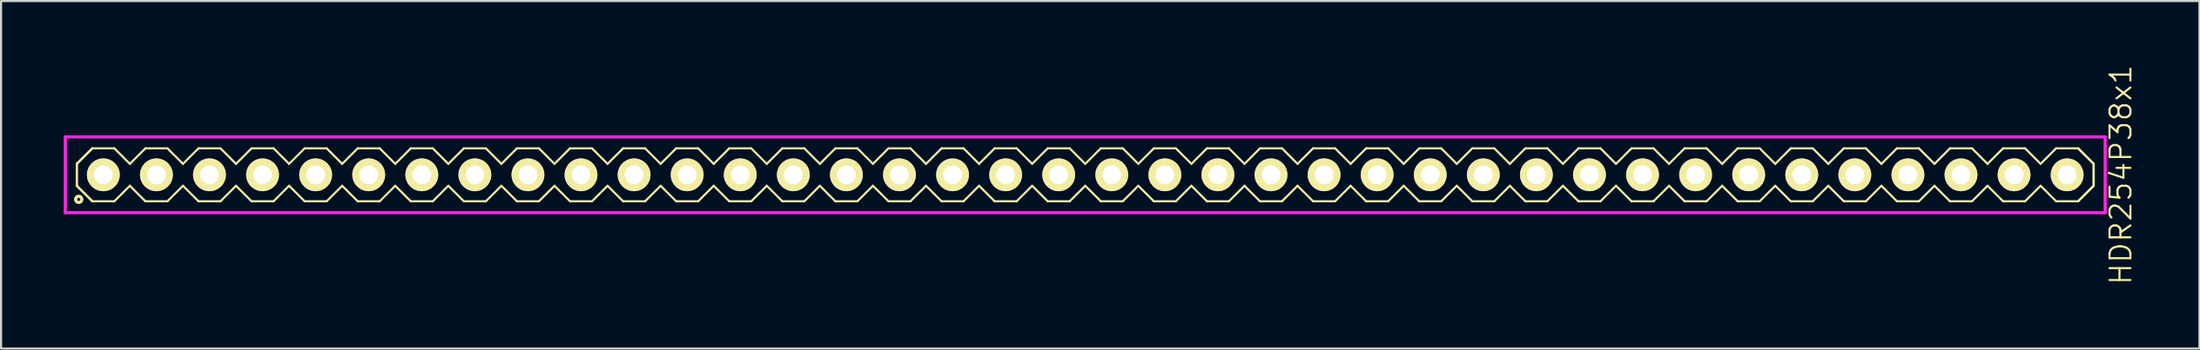
<source format=kicad_pcb>
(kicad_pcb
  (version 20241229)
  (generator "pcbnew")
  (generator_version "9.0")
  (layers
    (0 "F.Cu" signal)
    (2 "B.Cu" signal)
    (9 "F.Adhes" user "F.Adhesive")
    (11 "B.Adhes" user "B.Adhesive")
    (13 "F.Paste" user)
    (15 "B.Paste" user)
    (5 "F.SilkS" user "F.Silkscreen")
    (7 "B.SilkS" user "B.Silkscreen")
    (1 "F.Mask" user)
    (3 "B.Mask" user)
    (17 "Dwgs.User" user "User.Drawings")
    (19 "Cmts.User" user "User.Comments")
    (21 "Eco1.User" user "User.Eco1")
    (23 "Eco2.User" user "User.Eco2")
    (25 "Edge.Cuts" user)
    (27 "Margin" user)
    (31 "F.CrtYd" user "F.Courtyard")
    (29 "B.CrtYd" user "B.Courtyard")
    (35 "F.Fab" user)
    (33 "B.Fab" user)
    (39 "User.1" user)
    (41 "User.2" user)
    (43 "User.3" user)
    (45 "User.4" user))
  (footprint "HDR254P38x1"
    (layer "F.Cu")
    (at 48.885 5.336)
    (property "Reference" "HDR254P38x1" (at 49.56 0 90) (layer "F.SilkS") (effects (font (size 1 1) (thickness 0.1))))
    (attr through_hole)
    (fp_line (start -48.26 -0.526) (end -47.516 -1.27) (stroke (width 0.1) (type solid)) (layer "F.SilkS"))
    (fp_line (start -48.26 -0.526) (end -47.516 -1.27) (stroke (width 0.1) (type solid)) (layer "F.SilkS"))
    (fp_line (start -48.26 0.526) (end -48.26 -0.526) (stroke (width 0.1) (type solid)) (layer "F.SilkS"))
    (fp_line (start -48.26 0.526) (end -48.26 -0.526) (stroke (width 0.1) (type solid)) (layer "F.SilkS"))
    (fp_line (start -47.516 -1.27) (end -46.464 -1.27) (stroke (width 0.1) (type solid)) (layer "F.SilkS"))
    (fp_line (start -47.516 1.27) (end -48.26 0.526) (stroke (width 0.1) (type solid)) (layer "F.SilkS"))
    (fp_line (start -47.516 1.27) (end -48.26 0.526) (stroke (width 0.1) (type solid)) (layer "F.SilkS"))
    (fp_line (start -46.464 -1.27) (end -45.72 -0.526) (stroke (width 0.1) (type solid)) (layer "F.SilkS"))
    (fp_line (start -46.464 1.27) (end -47.516 1.27) (stroke (width 0.1) (type solid)) (layer "F.SilkS"))
    (fp_line (start -45.72 -0.526) (end -44.976 -1.27) (stroke (width 0.1) (type solid)) (layer "F.SilkS"))
    (fp_line (start -45.72 0.526) (end -46.464 1.27) (stroke (width 0.1) (type solid)) (layer "F.SilkS"))
    (fp_line (start -44.976 -1.27) (end -43.924 -1.27) (stroke (width 0.1) (type solid)) (layer "F.SilkS"))
    (fp_line (start -44.976 1.27) (end -45.72 0.526) (stroke (width 0.1) (type solid)) (layer "F.SilkS"))
    (fp_line (start -43.924 -1.27) (end -43.18 -0.526) (stroke (width 0.1) (type solid)) (layer "F.SilkS"))
    (fp_line (start -43.924 1.27) (end -44.976 1.27) (stroke (width 0.1) (type solid)) (layer "F.SilkS"))
    (fp_line (start -43.18 -0.526) (end -42.436 -1.27) (stroke (width 0.1) (type solid)) (layer "F.SilkS"))
    (fp_line (start -43.18 0.526) (end -43.924 1.27) (stroke (width 0.1) (type solid)) (layer "F.SilkS"))
    (fp_line (start -42.436 -1.27) (end -41.384 -1.27) (stroke (width 0.1) (type solid)) (layer "F.SilkS"))
    (fp_line (start -42.436 1.27) (end -43.18 0.526) (stroke (width 0.1) (type solid)) (layer "F.SilkS"))
    (fp_line (start -41.384 -1.27) (end -40.64 -0.526) (stroke (width 0.1) (type solid)) (layer "F.SilkS"))
    (fp_line (start -41.384 1.27) (end -42.436 1.27) (stroke (width 0.1) (type solid)) (layer "F.SilkS"))
    (fp_line (start -40.64 -0.526) (end -39.896 -1.27) (stroke (width 0.1) (type solid)) (layer "F.SilkS"))
    (fp_line (start -40.64 0.526) (end -41.384 1.27) (stroke (width 0.1) (type solid)) (layer "F.SilkS"))
    (fp_line (start -39.896 -1.27) (end -38.844 -1.27) (stroke (width 0.1) (type solid)) (layer "F.SilkS"))
    (fp_line (start -39.896 1.27) (end -40.64 0.526) (stroke (width 0.1) (type solid)) (layer "F.SilkS"))
    (fp_line (start -38.844 -1.27) (end -38.1 -0.526) (stroke (width 0.1) (type solid)) (layer "F.SilkS"))
    (fp_line (start -38.844 1.27) (end -39.896 1.27) (stroke (width 0.1) (type solid)) (layer "F.SilkS"))
    (fp_line (start -38.1 -0.526) (end -37.356 -1.27) (stroke (width 0.1) (type solid)) (layer "F.SilkS"))
    (fp_line (start -38.1 0.526) (end -38.844 1.27) (stroke (width 0.1) (type solid)) (layer "F.SilkS"))
    (fp_line (start -37.356 -1.27) (end -36.304 -1.27) (stroke (width 0.1) (type solid)) (layer "F.SilkS"))
    (fp_line (start -37.356 1.27) (end -38.1 0.526) (stroke (width 0.1) (type solid)) (layer "F.SilkS"))
    (fp_line (start -36.304 -1.27) (end -35.56 -0.526) (stroke (width 0.1) (type solid)) (layer "F.SilkS"))
    (fp_line (start -36.304 1.27) (end -37.356 1.27) (stroke (width 0.1) (type solid)) (layer "F.SilkS"))
    (fp_line (start -35.56 -0.526) (end -34.816 -1.27) (stroke (width 0.1) (type solid)) (layer "F.SilkS"))
    (fp_line (start -35.56 0.526) (end -36.304 1.27) (stroke (width 0.1) (type solid)) (layer "F.SilkS"))
    (fp_line (start -34.816 -1.27) (end -33.764 -1.27) (stroke (width 0.1) (type solid)) (layer "F.SilkS"))
    (fp_line (start -34.816 1.27) (end -35.56 0.526) (stroke (width 0.1) (type solid)) (layer "F.SilkS"))
    (fp_line (start -33.764 -1.27) (end -33.02 -0.526) (stroke (width 0.1) (type solid)) (layer "F.SilkS"))
    (fp_line (start -33.764 1.27) (end -34.816 1.27) (stroke (width 0.1) (type solid)) (layer "F.SilkS"))
    (fp_line (start -33.02 -0.526) (end -32.276 -1.27) (stroke (width 0.1) (type solid)) (layer "F.SilkS"))
    (fp_line (start -33.02 0.526) (end -33.764 1.27) (stroke (width 0.1) (type solid)) (layer "F.SilkS"))
    (fp_line (start -32.276 -1.27) (end -31.224 -1.27) (stroke (width 0.1) (type solid)) (layer "F.SilkS"))
    (fp_line (start -32.276 1.27) (end -33.02 0.526) (stroke (width 0.1) (type solid)) (layer "F.SilkS"))
    (fp_line (start -31.224 -1.27) (end -30.48 -0.526) (stroke (width 0.1) (type solid)) (layer "F.SilkS"))
    (fp_line (start -31.224 1.27) (end -32.276 1.27) (stroke (width 0.1) (type solid)) (layer "F.SilkS"))
    (fp_line (start -30.48 -0.526) (end -29.736 -1.27) (stroke (width 0.1) (type solid)) (layer "F.SilkS"))
    (fp_line (start -30.48 0.526) (end -31.224 1.27) (stroke (width 0.1) (type solid)) (layer "F.SilkS"))
    (fp_line (start -29.736 -1.27) (end -28.684 -1.27) (stroke (width 0.1) (type solid)) (layer "F.SilkS"))
    (fp_line (start -29.736 1.27) (end -30.48 0.526) (stroke (width 0.1) (type solid)) (layer "F.SilkS"))
    (fp_line (start -28.684 -1.27) (end -27.94 -0.526) (stroke (width 0.1) (type solid)) (layer "F.SilkS"))
    (fp_line (start -28.684 1.27) (end -29.736 1.27) (stroke (width 0.1) (type solid)) (layer "F.SilkS"))
    (fp_line (start -27.94 -0.526) (end -27.196 -1.27) (stroke (width 0.1) (type solid)) (layer "F.SilkS"))
    (fp_line (start -27.94 0.526) (end -28.684 1.27) (stroke (width 0.1) (type solid)) (layer "F.SilkS"))
    (fp_line (start -27.196 -1.27) (end -26.144 -1.27) (stroke (width 0.1) (type solid)) (layer "F.SilkS"))
    (fp_line (start -27.196 1.27) (end -27.94 0.526) (stroke (width 0.1) (type solid)) (layer "F.SilkS"))
    (fp_line (start -26.144 -1.27) (end -25.4 -0.526) (stroke (width 0.1) (type solid)) (layer "F.SilkS"))
    (fp_line (start -26.144 1.27) (end -27.196 1.27) (stroke (width 0.1) (type solid)) (layer "F.SilkS"))
    (fp_line (start -25.4 -0.526) (end -24.656 -1.27) (stroke (width 0.1) (type solid)) (layer "F.SilkS"))
    (fp_line (start -25.4 0.526) (end -26.144 1.27) (stroke (width 0.1) (type solid)) (layer "F.SilkS"))
    (fp_line (start -24.656 -1.27) (end -23.604 -1.27) (stroke (width 0.1) (type solid)) (layer "F.SilkS"))
    (fp_line (start -24.656 1.27) (end -25.4 0.526) (stroke (width 0.1) (type solid)) (layer "F.SilkS"))
    (fp_line (start -23.604 -1.27) (end -22.86 -0.526) (stroke (width 0.1) (type solid)) (layer "F.SilkS"))
    (fp_line (start -23.604 1.27) (end -24.656 1.27) (stroke (width 0.1) (type solid)) (layer "F.SilkS"))
    (fp_line (start -22.86 -0.526) (end -22.116 -1.27) (stroke (width 0.1) (type solid)) (layer "F.SilkS"))
    (fp_line (start -22.86 0.526) (end -23.604 1.27) (stroke (width 0.1) (type solid)) (layer "F.SilkS"))
    (fp_line (start -22.116 -1.27) (end -21.064 -1.27) (stroke (width 0.1) (type solid)) (layer "F.SilkS"))
    (fp_line (start -22.116 1.27) (end -22.86 0.526) (stroke (width 0.1) (type solid)) (layer "F.SilkS"))
    (fp_line (start -21.064 -1.27) (end -20.32 -0.526) (stroke (width 0.1) (type solid)) (layer "F.SilkS"))
    (fp_line (start -21.064 1.27) (end -22.116 1.27) (stroke (width 0.1) (type solid)) (layer "F.SilkS"))
    (fp_line (start -20.32 -0.526) (end -19.576 -1.27) (stroke (width 0.1) (type solid)) (layer "F.SilkS"))
    (fp_line (start -20.32 0.526) (end -21.064 1.27) (stroke (width 0.1) (type solid)) (layer "F.SilkS"))
    (fp_line (start -19.576 -1.27) (end -18.524 -1.27) (stroke (width 0.1) (type solid)) (layer "F.SilkS"))
    (fp_line (start -19.576 1.27) (end -20.32 0.526) (stroke (width 0.1) (type solid)) (layer "F.SilkS"))
    (fp_line (start -18.524 -1.27) (end -17.78 -0.526) (stroke (width 0.1) (type solid)) (layer "F.SilkS"))
    (fp_line (start -18.524 1.27) (end -19.576 1.27) (stroke (width 0.1) (type solid)) (layer "F.SilkS"))
    (fp_line (start -17.78 -0.526) (end -17.036 -1.27) (stroke (width 0.1) (type solid)) (layer "F.SilkS"))
    (fp_line (start -17.78 0.526) (end -18.524 1.27) (stroke (width 0.1) (type solid)) (layer "F.SilkS"))
    (fp_line (start -17.036 -1.27) (end -15.984 -1.27) (stroke (width 0.1) (type solid)) (layer "F.SilkS"))
    (fp_line (start -17.036 1.27) (end -17.78 0.526) (stroke (width 0.1) (type solid)) (layer "F.SilkS"))
    (fp_line (start -15.984 -1.27) (end -15.24 -0.526) (stroke (width 0.1) (type solid)) (layer "F.SilkS"))
    (fp_line (start -15.984 1.27) (end -17.036 1.27) (stroke (width 0.1) (type solid)) (layer "F.SilkS"))
    (fp_line (start -15.24 -0.526) (end -14.496 -1.27) (stroke (width 0.1) (type solid)) (layer "F.SilkS"))
    (fp_line (start -15.24 0.526) (end -15.984 1.27) (stroke (width 0.1) (type solid)) (layer "F.SilkS"))
    (fp_line (start -14.496 -1.27) (end -13.444 -1.27) (stroke (width 0.1) (type solid)) (layer "F.SilkS"))
    (fp_line (start -14.496 1.27) (end -15.24 0.526) (stroke (width 0.1) (type solid)) (layer "F.SilkS"))
    (fp_line (start -13.444 -1.27) (end -12.7 -0.526) (stroke (width 0.1) (type solid)) (layer "F.SilkS"))
    (fp_line (start -13.444 1.27) (end -14.496 1.27) (stroke (width 0.1) (type solid)) (layer "F.SilkS"))
    (fp_line (start -12.7 -0.526) (end -11.956 -1.27) (stroke (width 0.1) (type solid)) (layer "F.SilkS"))
    (fp_line (start -12.7 0.526) (end -13.444 1.27) (stroke (width 0.1) (type solid)) (layer "F.SilkS"))
    (fp_line (start -11.956 -1.27) (end -10.904 -1.27) (stroke (width 0.1) (type solid)) (layer "F.SilkS"))
    (fp_line (start -11.956 1.27) (end -12.7 0.526) (stroke (width 0.1) (type solid)) (layer "F.SilkS"))
    (fp_line (start -10.904 -1.27) (end -10.16 -0.526) (stroke (width 0.1) (type solid)) (layer "F.SilkS"))
    (fp_line (start -10.904 1.27) (end -11.956 1.27) (stroke (width 0.1) (type solid)) (layer "F.SilkS"))
    (fp_line (start -10.16 -0.526) (end -9.416 -1.27) (stroke (width 0.1) (type solid)) (layer "F.SilkS"))
    (fp_line (start -10.16 0.526) (end -10.904 1.27) (stroke (width 0.1) (type solid)) (layer "F.SilkS"))
    (fp_line (start -9.416 -1.27) (end -8.364 -1.27) (stroke (width 0.1) (type solid)) (layer "F.SilkS"))
    (fp_line (start -9.416 1.27) (end -10.16 0.526) (stroke (width 0.1) (type solid)) (layer "F.SilkS"))
    (fp_line (start -8.364 -1.27) (end -7.62 -0.526) (stroke (width 0.1) (type solid)) (layer "F.SilkS"))
    (fp_line (start -8.364 1.27) (end -9.416 1.27) (stroke (width 0.1) (type solid)) (layer "F.SilkS"))
    (fp_line (start -7.62 -0.526) (end -6.876 -1.27) (stroke (width 0.1) (type solid)) (layer "F.SilkS"))
    (fp_line (start -7.62 0.526) (end -8.364 1.27) (stroke (width 0.1) (type solid)) (layer "F.SilkS"))
    (fp_line (start -6.876 -1.27) (end -5.824 -1.27) (stroke (width 0.1) (type solid)) (layer "F.SilkS"))
    (fp_line (start -6.876 1.27) (end -7.62 0.526) (stroke (width 0.1) (type solid)) (layer "F.SilkS"))
    (fp_line (start -5.824 -1.27) (end -5.08 -0.526) (stroke (width 0.1) (type solid)) (layer "F.SilkS"))
    (fp_line (start -5.824 1.27) (end -6.876 1.27) (stroke (width 0.1) (type solid)) (layer "F.SilkS"))
    (fp_line (start -5.08 -0.526) (end -4.336 -1.27) (stroke (width 0.1) (type solid)) (layer "F.SilkS"))
    (fp_line (start -5.08 0.526) (end -5.824 1.27) (stroke (width 0.1) (type solid)) (layer "F.SilkS"))
    (fp_line (start -4.336 -1.27) (end -3.284 -1.27) (stroke (width 0.1) (type solid)) (layer "F.SilkS"))
    (fp_line (start -4.336 1.27) (end -5.08 0.526) (stroke (width 0.1) (type solid)) (layer "F.SilkS"))
    (fp_line (start -3.284 -1.27) (end -2.54 -0.526) (stroke (width 0.1) (type solid)) (layer "F.SilkS"))
    (fp_line (start -3.284 1.27) (end -4.336 1.27) (stroke (width 0.1) (type solid)) (layer "F.SilkS"))
    (fp_line (start -2.54 -0.526) (end -1.796 -1.27) (stroke (width 0.1) (type solid)) (layer "F.SilkS"))
    (fp_line (start -2.54 0.526) (end -3.284 1.27) (stroke (width 0.1) (type solid)) (layer "F.SilkS"))
    (fp_line (start -1.796 -1.27) (end -0.744 -1.27) (stroke (width 0.1) (type solid)) (layer "F.SilkS"))
    (fp_line (start -1.796 1.27) (end -2.54 0.526) (stroke (width 0.1) (type solid)) (layer "F.SilkS"))
    (fp_line (start -0.744 -1.27) (end 0 -0.526) (stroke (width 0.1) (type solid)) (layer "F.SilkS"))
    (fp_line (start -0.744 1.27) (end -1.796 1.27) (stroke (width 0.1) (type solid)) (layer "F.SilkS"))
    (fp_line (start 0 -0.526) (end 0.744 -1.27) (stroke (width 0.1) (type solid)) (layer "F.SilkS"))
    (fp_line (start 0 0.526) (end -0.744 1.27) (stroke (width 0.1) (type solid)) (layer "F.SilkS"))
    (fp_line (start 0.744 -1.27) (end 1.796 -1.27) (stroke (width 0.1) (type solid)) (layer "F.SilkS"))
    (fp_line (start 0.744 1.27) (end 0 0.526) (stroke (width 0.1) (type solid)) (layer "F.SilkS"))
    (fp_line (start 1.796 -1.27) (end 2.54 -0.526) (stroke (width 0.1) (type solid)) (layer "F.SilkS"))
    (fp_line (start 1.796 1.27) (end 0.744 1.27) (stroke (width 0.1) (type solid)) (layer "F.SilkS"))
    (fp_line (start 2.54 -0.526) (end 3.284 -1.27) (stroke (width 0.1) (type solid)) (layer "F.SilkS"))
    (fp_line (start 2.54 0.526) (end 1.796 1.27) (stroke (width 0.1) (type solid)) (layer "F.SilkS"))
    (fp_line (start 3.284 -1.27) (end 4.336 -1.27) (stroke (width 0.1) (type solid)) (layer "F.SilkS"))
    (fp_line (start 3.284 1.27) (end 2.54 0.526) (stroke (width 0.1) (type solid)) (layer "F.SilkS"))
    (fp_line (start 4.336 -1.27) (end 5.08 -0.526) (stroke (width 0.1) (type solid)) (layer "F.SilkS"))
    (fp_line (start 4.336 1.27) (end 3.284 1.27) (stroke (width 0.1) (type solid)) (layer "F.SilkS"))
    (fp_line (start 5.08 -0.526) (end 5.824 -1.27) (stroke (width 0.1) (type solid)) (layer "F.SilkS"))
    (fp_line (start 5.08 0.526) (end 4.336 1.27) (stroke (width 0.1) (type solid)) (layer "F.SilkS"))
    (fp_line (start 5.824 -1.27) (end 6.876 -1.27) (stroke (width 0.1) (type solid)) (layer "F.SilkS"))
    (fp_line (start 5.824 1.27) (end 5.08 0.526) (stroke (width 0.1) (type solid)) (layer "F.SilkS"))
    (fp_line (start 6.876 -1.27) (end 7.62 -0.526) (stroke (width 0.1) (type solid)) (layer "F.SilkS"))
    (fp_line (start 6.876 1.27) (end 5.824 1.27) (stroke (width 0.1) (type solid)) (layer "F.SilkS"))
    (fp_line (start 7.62 -0.526) (end 8.364 -1.27) (stroke (width 0.1) (type solid)) (layer "F.SilkS"))
    (fp_line (start 7.62 0.526) (end 6.876 1.27) (stroke (width 0.1) (type solid)) (layer "F.SilkS"))
    (fp_line (start 8.364 -1.27) (end 9.416 -1.27) (stroke (width 0.1) (type solid)) (layer "F.SilkS"))
    (fp_line (start 8.364 1.27) (end 7.62 0.526) (stroke (width 0.1) (type solid)) (layer "F.SilkS"))
    (fp_line (start 9.416 -1.27) (end 10.16 -0.526) (stroke (width 0.1) (type solid)) (layer "F.SilkS"))
    (fp_line (start 9.416 1.27) (end 8.364 1.27) (stroke (width 0.1) (type solid)) (layer "F.SilkS"))
    (fp_line (start 10.16 -0.526) (end 10.904 -1.27) (stroke (width 0.1) (type solid)) (layer "F.SilkS"))
    (fp_line (start 10.16 0.526) (end 9.416 1.27) (stroke (width 0.1) (type solid)) (layer "F.SilkS"))
    (fp_line (start 10.904 -1.27) (end 11.956 -1.27) (stroke (width 0.1) (type solid)) (layer "F.SilkS"))
    (fp_line (start 10.904 1.27) (end 10.16 0.526) (stroke (width 0.1) (type solid)) (layer "F.SilkS"))
    (fp_line (start 11.956 -1.27) (end 12.7 -0.526) (stroke (width 0.1) (type solid)) (layer "F.SilkS"))
    (fp_line (start 11.956 1.27) (end 10.904 1.27) (stroke (width 0.1) (type solid)) (layer "F.SilkS"))
    (fp_line (start 12.7 -0.526) (end 13.444 -1.27) (stroke (width 0.1) (type solid)) (layer "F.SilkS"))
    (fp_line (start 12.7 0.526) (end 11.956 1.27) (stroke (width 0.1) (type solid)) (layer "F.SilkS"))
    (fp_line (start 13.444 -1.27) (end 14.496 -1.27) (stroke (width 0.1) (type solid)) (layer "F.SilkS"))
    (fp_line (start 13.444 1.27) (end 12.7 0.526) (stroke (width 0.1) (type solid)) (layer "F.SilkS"))
    (fp_line (start 14.496 -1.27) (end 15.24 -0.526) (stroke (width 0.1) (type solid)) (layer "F.SilkS"))
    (fp_line (start 14.496 1.27) (end 13.444 1.27) (stroke (width 0.1) (type solid)) (layer "F.SilkS"))
    (fp_line (start 15.24 -0.526) (end 15.984 -1.27) (stroke (width 0.1) (type solid)) (layer "F.SilkS"))
    (fp_line (start 15.24 0.526) (end 14.496 1.27) (stroke (width 0.1) (type solid)) (layer "F.SilkS"))
    (fp_line (start 15.984 -1.27) (end 17.036 -1.27) (stroke (width 0.1) (type solid)) (layer "F.SilkS"))
    (fp_line (start 15.984 1.27) (end 15.24 0.526) (stroke (width 0.1) (type solid)) (layer "F.SilkS"))
    (fp_line (start 17.036 -1.27) (end 17.78 -0.526) (stroke (width 0.1) (type solid)) (layer "F.SilkS"))
    (fp_line (start 17.036 1.27) (end 15.984 1.27) (stroke (width 0.1) (type solid)) (layer "F.SilkS"))
    (fp_line (start 17.78 -0.526) (end 18.524 -1.27) (stroke (width 0.1) (type solid)) (layer "F.SilkS"))
    (fp_line (start 17.78 0.526) (end 17.036 1.27) (stroke (width 0.1) (type solid)) (layer "F.SilkS"))
    (fp_line (start 18.524 -1.27) (end 19.576 -1.27) (stroke (width 0.1) (type solid)) (layer "F.SilkS"))
    (fp_line (start 18.524 1.27) (end 17.78 0.526) (stroke (width 0.1) (type solid)) (layer "F.SilkS"))
    (fp_line (start 19.576 -1.27) (end 20.32 -0.526) (stroke (width 0.1) (type solid)) (layer "F.SilkS"))
    (fp_line (start 19.576 1.27) (end 18.524 1.27) (stroke (width 0.1) (type solid)) (layer "F.SilkS"))
    (fp_line (start 20.32 -0.526) (end 21.064 -1.27) (stroke (width 0.1) (type solid)) (layer "F.SilkS"))
    (fp_line (start 20.32 0.526) (end 19.576 1.27) (stroke (width 0.1) (type solid)) (layer "F.SilkS"))
    (fp_line (start 21.064 -1.27) (end 22.116 -1.27) (stroke (width 0.1) (type solid)) (layer "F.SilkS"))
    (fp_line (start 21.064 1.27) (end 20.32 0.526) (stroke (width 0.1) (type solid)) (layer "F.SilkS"))
    (fp_line (start 22.116 -1.27) (end 22.86 -0.526) (stroke (width 0.1) (type solid)) (layer "F.SilkS"))
    (fp_line (start 22.116 1.27) (end 21.064 1.27) (stroke (width 0.1) (type solid)) (layer "F.SilkS"))
    (fp_line (start 22.86 -0.526) (end 23.604 -1.27) (stroke (width 0.1) (type solid)) (layer "F.SilkS"))
    (fp_line (start 22.86 0.526) (end 22.116 1.27) (stroke (width 0.1) (type solid)) (layer "F.SilkS"))
    (fp_line (start 23.604 -1.27) (end 24.656 -1.27) (stroke (width 0.1) (type solid)) (layer "F.SilkS"))
    (fp_line (start 23.604 1.27) (end 22.86 0.526) (stroke (width 0.1) (type solid)) (layer "F.SilkS"))
    (fp_line (start 24.656 -1.27) (end 25.4 -0.526) (stroke (width 0.1) (type solid)) (layer "F.SilkS"))
    (fp_line (start 24.656 1.27) (end 23.604 1.27) (stroke (width 0.1) (type solid)) (layer "F.SilkS"))
    (fp_line (start 25.4 -0.526) (end 26.144 -1.27) (stroke (width 0.1) (type solid)) (layer "F.SilkS"))
    (fp_line (start 25.4 0.526) (end 24.656 1.27) (stroke (width 0.1) (type solid)) (layer "F.SilkS"))
    (fp_line (start 26.144 -1.27) (end 27.196 -1.27) (stroke (width 0.1) (type solid)) (layer "F.SilkS"))
    (fp_line (start 26.144 1.27) (end 25.4 0.526) (stroke (width 0.1) (type solid)) (layer "F.SilkS"))
    (fp_line (start 27.196 -1.27) (end 27.94 -0.526) (stroke (width 0.1) (type solid)) (layer "F.SilkS"))
    (fp_line (start 27.196 1.27) (end 26.144 1.27) (stroke (width 0.1) (type solid)) (layer "F.SilkS"))
    (fp_line (start 27.94 -0.526) (end 28.684 -1.27) (stroke (width 0.1) (type solid)) (layer "F.SilkS"))
    (fp_line (start 27.94 0.526) (end 27.196 1.27) (stroke (width 0.1) (type solid)) (layer "F.SilkS"))
    (fp_line (start 28.684 -1.27) (end 29.736 -1.27) (stroke (width 0.1) (type solid)) (layer "F.SilkS"))
    (fp_line (start 28.684 1.27) (end 27.94 0.526) (stroke (width 0.1) (type solid)) (layer "F.SilkS"))
    (fp_line (start 29.736 -1.27) (end 30.48 -0.526) (stroke (width 0.1) (type solid)) (layer "F.SilkS"))
    (fp_line (start 29.736 1.27) (end 28.684 1.27) (stroke (width 0.1) (type solid)) (layer "F.SilkS"))
    (fp_line (start 30.48 -0.526) (end 31.224 -1.27) (stroke (width 0.1) (type solid)) (layer "F.SilkS"))
    (fp_line (start 30.48 0.526) (end 29.736 1.27) (stroke (width 0.1) (type solid)) (layer "F.SilkS"))
    (fp_line (start 31.224 -1.27) (end 32.276 -1.27) (stroke (width 0.1) (type solid)) (layer "F.SilkS"))
    (fp_line (start 31.224 1.27) (end 30.48 0.526) (stroke (width 0.1) (type solid)) (layer "F.SilkS"))
    (fp_line (start 32.276 -1.27) (end 33.02 -0.526) (stroke (width 0.1) (type solid)) (layer "F.SilkS"))
    (fp_line (start 32.276 1.27) (end 31.224 1.27) (stroke (width 0.1) (type solid)) (layer "F.SilkS"))
    (fp_line (start 33.02 -0.526) (end 33.764 -1.27) (stroke (width 0.1) (type solid)) (layer "F.SilkS"))
    (fp_line (start 33.02 0.526) (end 32.276 1.27) (stroke (width 0.1) (type solid)) (layer "F.SilkS"))
    (fp_line (start 33.764 -1.27) (end 34.816 -1.27) (stroke (width 0.1) (type solid)) (layer "F.SilkS"))
    (fp_line (start 33.764 1.27) (end 33.02 0.526) (stroke (width 0.1) (type solid)) (layer "F.SilkS"))
    (fp_line (start 34.816 -1.27) (end 35.56 -0.526) (stroke (width 0.1) (type solid)) (layer "F.SilkS"))
    (fp_line (start 34.816 1.27) (end 33.764 1.27) (stroke (width 0.1) (type solid)) (layer "F.SilkS"))
    (fp_line (start 35.56 -0.526) (end 36.304 -1.27) (stroke (width 0.1) (type solid)) (layer "F.SilkS"))
    (fp_line (start 35.56 0.526) (end 34.816 1.27) (stroke (width 0.1) (type solid)) (layer "F.SilkS"))
    (fp_line (start 36.304 -1.27) (end 37.356 -1.27) (stroke (width 0.1) (type solid)) (layer "F.SilkS"))
    (fp_line (start 36.304 1.27) (end 35.56 0.526) (stroke (width 0.1) (type solid)) (layer "F.SilkS"))
    (fp_line (start 37.356 -1.27) (end 38.1 -0.526) (stroke (width 0.1) (type solid)) (layer "F.SilkS"))
    (fp_line (start 37.356 1.27) (end 36.304 1.27) (stroke (width 0.1) (type solid)) (layer "F.SilkS"))
    (fp_line (start 38.1 -0.526) (end 38.844 -1.27) (stroke (width 0.1) (type solid)) (layer "F.SilkS"))
    (fp_line (start 38.1 0.526) (end 37.356 1.27) (stroke (width 0.1) (type solid)) (layer "F.SilkS"))
    (fp_line (start 38.844 -1.27) (end 39.896 -1.27) (stroke (width 0.1) (type solid)) (layer "F.SilkS"))
    (fp_line (start 38.844 1.27) (end 38.1 0.526) (stroke (width 0.1) (type solid)) (layer "F.SilkS"))
    (fp_line (start 39.896 -1.27) (end 40.64 -0.526) (stroke (width 0.1) (type solid)) (layer "F.SilkS"))
    (fp_line (start 39.896 1.27) (end 38.844 1.27) (stroke (width 0.1) (type solid)) (layer "F.SilkS"))
    (fp_line (start 40.64 -0.526) (end 41.384 -1.27) (stroke (width 0.1) (type solid)) (layer "F.SilkS"))
    (fp_line (start 40.64 0.526) (end 39.896 1.27) (stroke (width 0.1) (type solid)) (layer "F.SilkS"))
    (fp_line (start 41.384 -1.27) (end 42.436 -1.27) (stroke (width 0.1) (type solid)) (layer "F.SilkS"))
    (fp_line (start 41.384 1.27) (end 40.64 0.526) (stroke (width 0.1) (type solid)) (layer "F.SilkS"))
    (fp_line (start 42.436 -1.27) (end 43.18 -0.526) (stroke (width 0.1) (type solid)) (layer "F.SilkS"))
    (fp_line (start 42.436 1.27) (end 41.384 1.27) (stroke (width 0.1) (type solid)) (layer "F.SilkS"))
    (fp_line (start 43.18 -0.526) (end 43.924 -1.27) (stroke (width 0.1) (type solid)) (layer "F.SilkS"))
    (fp_line (start 43.18 0.526) (end 42.436 1.27) (stroke (width 0.1) (type solid)) (layer "F.SilkS"))
    (fp_line (start 43.924 -1.27) (end 44.976 -1.27) (stroke (width 0.1) (type solid)) (layer "F.SilkS"))
    (fp_line (start 43.924 1.27) (end 43.18 0.526) (stroke (width 0.1) (type solid)) (layer "F.SilkS"))
    (fp_line (start 44.976 -1.27) (end 45.72 -0.526) (stroke (width 0.1) (type solid)) (layer "F.SilkS"))
    (fp_line (start 44.976 1.27) (end 43.924 1.27) (stroke (width 0.1) (type solid)) (layer "F.SilkS"))
    (fp_line (start 45.72 -0.526) (end 46.464 -1.27) (stroke (width 0.1) (type solid)) (layer "F.SilkS"))
    (fp_line (start 45.72 0.526) (end 44.976 1.27) (stroke (width 0.1) (type solid)) (layer "F.SilkS"))
    (fp_line (start 46.464 -1.27) (end 47.516 -1.27) (stroke (width 0.1) (type solid)) (layer "F.SilkS"))
    (fp_line (start 46.464 1.27) (end 45.72 0.526) (stroke (width 0.1) (type solid)) (layer "F.SilkS"))
    (fp_line (start 47.516 -1.27) (end 48.26 -0.526) (stroke (width 0.1) (type solid)) (layer "F.SilkS"))
    (fp_line (start 47.516 -1.27) (end 48.26 -0.526) (stroke (width 0.1) (type solid)) (layer "F.SilkS"))
    (fp_line (start 47.516 1.27) (end 46.464 1.27) (stroke (width 0.1) (type solid)) (layer "F.SilkS"))
    (fp_line (start 48.26 -0.526) (end 48.26 0.526) (stroke (width 0.1) (type solid)) (layer "F.SilkS"))
    (fp_line (start 48.26 -0.526) (end 48.26 0.526) (stroke (width 0.1) (type solid)) (layer "F.SilkS"))
    (fp_line (start 48.26 0.526) (end 47.516 1.27) (stroke (width 0.1) (type solid)) (layer "F.SilkS"))
    (fp_line (start 48.26 0.526) (end 47.516 1.27) (stroke (width 0.1) (type solid)) (layer "F.SilkS"))
    (fp_circle (center -48.168 1.178) (end -48.018 1.178) (stroke (width 0.15) (type solid)) (fill no) (layer "F.SilkS"))
    (fp_line (start -48.81 -1.82) (end -48.81 1.82) (stroke (width 0.15) (type solid)) (layer "F.CrtYd"))
    (fp_line (start -48.81 1.82) (end 48.81 1.82) (stroke (width 0.15) (type solid)) (layer "F.CrtYd"))
    (fp_line (start 48.81 -1.82) (end -48.81 -1.82) (stroke (width 0.15) (type solid)) (layer "F.CrtYd"))
    (fp_line (start 48.81 1.82) (end 48.81 -1.82) (stroke (width 0.15) (type solid)) (layer "F.CrtYd"))
    (pad "1" thru_hole oval (at -46.99 0) (size 1.57 1.57) (drill 0.9) (layers "*.Cu" "*.Mask" "F.SilkS"))
    (pad "2" thru_hole oval (at -44.45 0) (size 1.57 1.57) (drill 0.9) (layers "*.Cu" "*.Mask" "F.SilkS"))
    (pad "3" thru_hole oval (at -41.91 0) (size 1.57 1.57) (drill 0.9) (layers "*.Cu" "*.Mask" "F.SilkS"))
    (pad "4" thru_hole oval (at -39.37 0) (size 1.57 1.57) (drill 0.9) (layers "*.Cu" "*.Mask" "F.SilkS"))
    (pad "5" thru_hole oval (at -36.83 0) (size 1.57 1.57) (drill 0.9) (layers "*.Cu" "*.Mask" "F.SilkS"))
    (pad "6" thru_hole oval (at -34.29 0) (size 1.57 1.57) (drill 0.9) (layers "*.Cu" "*.Mask" "F.SilkS"))
    (pad "7" thru_hole oval (at -31.75 0) (size 1.57 1.57) (drill 0.9) (layers "*.Cu" "*.Mask" "F.SilkS"))
    (pad "8" thru_hole oval (at -29.21 0) (size 1.57 1.57) (drill 0.9) (layers "*.Cu" "*.Mask" "F.SilkS"))
    (pad "9" thru_hole oval (at -26.67 0) (size 1.57 1.57) (drill 0.9) (layers "*.Cu" "*.Mask" "F.SilkS"))
    (pad "10" thru_hole oval (at -24.13 0) (size 1.57 1.57) (drill 0.9) (layers "*.Cu" "*.Mask" "F.SilkS"))
    (pad "11" thru_hole oval (at -21.59 0) (size 1.57 1.57) (drill 0.9) (layers "*.Cu" "*.Mask" "F.SilkS"))
    (pad "12" thru_hole oval (at -19.05 0) (size 1.57 1.57) (drill 0.9) (layers "*.Cu" "*.Mask" "F.SilkS"))
    (pad "13" thru_hole oval (at -16.51 0) (size 1.57 1.57) (drill 0.9) (layers "*.Cu" "*.Mask" "F.SilkS"))
    (pad "14" thru_hole oval (at -13.97 0) (size 1.57 1.57) (drill 0.9) (layers "*.Cu" "*.Mask" "F.SilkS"))
    (pad "15" thru_hole oval (at -11.43 0) (size 1.57 1.57) (drill 0.9) (layers "*.Cu" "*.Mask" "F.SilkS"))
    (pad "16" thru_hole oval (at -8.89 0) (size 1.57 1.57) (drill 0.9) (layers "*.Cu" "*.Mask" "F.SilkS"))
    (pad "17" thru_hole oval (at -6.35 0) (size 1.57 1.57) (drill 0.9) (layers "*.Cu" "*.Mask" "F.SilkS"))
    (pad "18" thru_hole oval (at -3.81 0) (size 1.57 1.57) (drill 0.9) (layers "*.Cu" "*.Mask" "F.SilkS"))
    (pad "19" thru_hole oval (at -1.27 0) (size 1.57 1.57) (drill 0.9) (layers "*.Cu" "*.Mask" "F.SilkS"))
    (pad "20" thru_hole oval (at 1.27 0) (size 1.57 1.57) (drill 0.9) (layers "*.Cu" "*.Mask" "F.SilkS"))
    (pad "21" thru_hole oval (at 3.81 0) (size 1.57 1.57) (drill 0.9) (layers "*.Cu" "*.Mask" "F.SilkS"))
    (pad "22" thru_hole oval (at 6.35 0) (size 1.57 1.57) (drill 0.9) (layers "*.Cu" "*.Mask" "F.SilkS"))
    (pad "23" thru_hole oval (at 8.89 0) (size 1.57 1.57) (drill 0.9) (layers "*.Cu" "*.Mask" "F.SilkS"))
    (pad "24" thru_hole oval (at 11.43 0) (size 1.57 1.57) (drill 0.9) (layers "*.Cu" "*.Mask" "F.SilkS"))
    (pad "25" thru_hole oval (at 13.97 0) (size 1.57 1.57) (drill 0.9) (layers "*.Cu" "*.Mask" "F.SilkS"))
    (pad "26" thru_hole oval (at 16.51 0) (size 1.57 1.57) (drill 0.9) (layers "*.Cu" "*.Mask" "F.SilkS"))
    (pad "27" thru_hole oval (at 19.05 0) (size 1.57 1.57) (drill 0.9) (layers "*.Cu" "*.Mask" "F.SilkS"))
    (pad "28" thru_hole oval (at 21.59 0) (size 1.57 1.57) (drill 0.9) (layers "*.Cu" "*.Mask" "F.SilkS"))
    (pad "29" thru_hole oval (at 24.13 0) (size 1.57 1.57) (drill 0.9) (layers "*.Cu" "*.Mask" "F.SilkS"))
    (pad "30" thru_hole oval (at 26.67 0) (size 1.57 1.57) (drill 0.9) (layers "*.Cu" "*.Mask" "F.SilkS"))
    (pad "31" thru_hole oval (at 29.21 0) (size 1.57 1.57) (drill 0.9) (layers "*.Cu" "*.Mask" "F.SilkS"))
    (pad "32" thru_hole oval (at 31.75 0) (size 1.57 1.57) (drill 0.9) (layers "*.Cu" "*.Mask" "F.SilkS"))
    (pad "33" thru_hole oval (at 34.29 0) (size 1.57 1.57) (drill 0.9) (layers "*.Cu" "*.Mask" "F.SilkS"))
    (pad "34" thru_hole oval (at 36.83 0) (size 1.57 1.57) (drill 0.9) (layers "*.Cu" "*.Mask" "F.SilkS"))
    (pad "35" thru_hole oval (at 39.37 0) (size 1.57 1.57) (drill 0.9) (layers "*.Cu" "*.Mask" "F.SilkS"))
    (pad "36" thru_hole oval (at 41.91 0) (size 1.57 1.57) (drill 0.9) (layers "*.Cu" "*.Mask" "F.SilkS"))
    (pad "37" thru_hole oval (at 44.45 0) (size 1.57 1.57) (drill 0.9) (layers "*.Cu" "*.Mask" "F.SilkS"))
    (pad "38" thru_hole oval (at 46.99 0) (size 1.57 1.57) (drill 0.9) (layers "*.Cu" "*.Mask" "F.SilkS")))
  (gr_rect
    (start -3 -3)
    (end 102.206 13.671)
    (stroke (width 0.1) (type default))
    (fill no)
    (layer "Edge.Cuts")))
</source>
